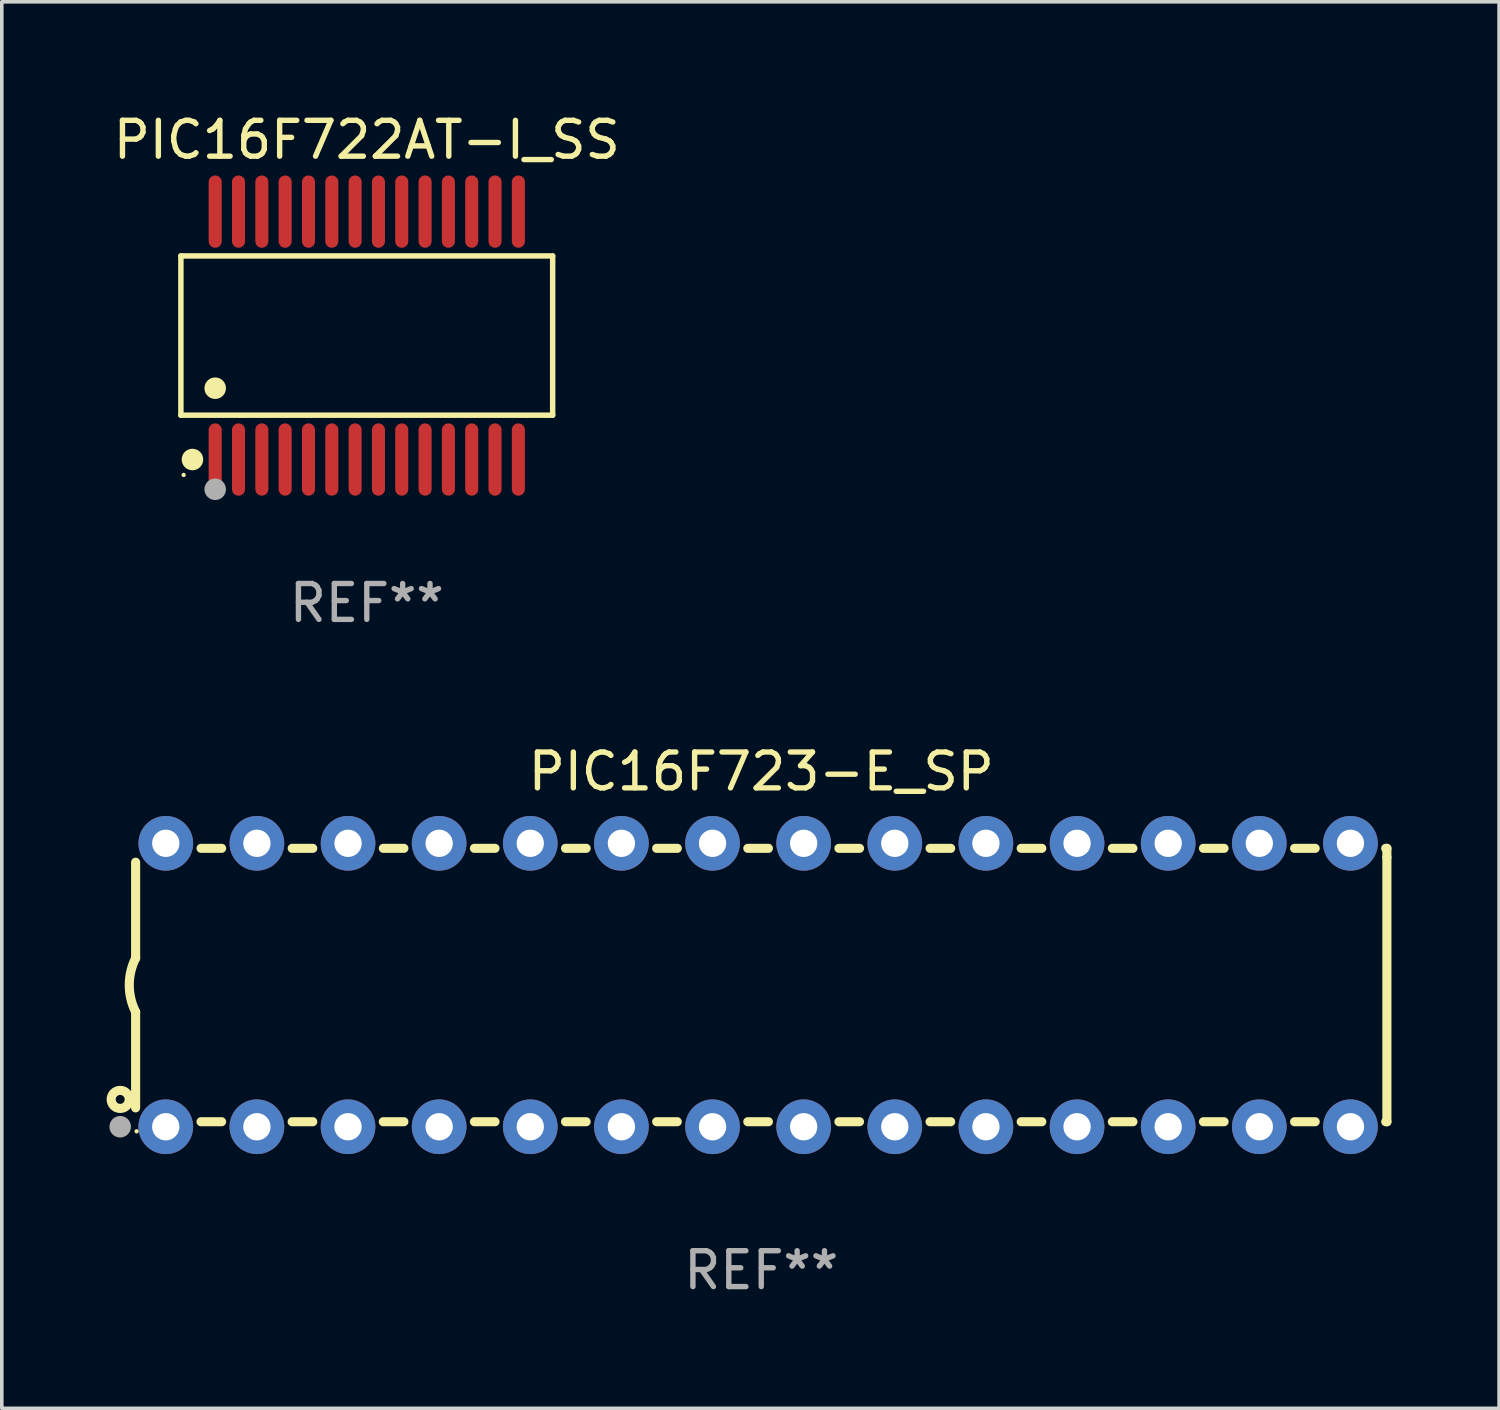
<source format=kicad_pcb>
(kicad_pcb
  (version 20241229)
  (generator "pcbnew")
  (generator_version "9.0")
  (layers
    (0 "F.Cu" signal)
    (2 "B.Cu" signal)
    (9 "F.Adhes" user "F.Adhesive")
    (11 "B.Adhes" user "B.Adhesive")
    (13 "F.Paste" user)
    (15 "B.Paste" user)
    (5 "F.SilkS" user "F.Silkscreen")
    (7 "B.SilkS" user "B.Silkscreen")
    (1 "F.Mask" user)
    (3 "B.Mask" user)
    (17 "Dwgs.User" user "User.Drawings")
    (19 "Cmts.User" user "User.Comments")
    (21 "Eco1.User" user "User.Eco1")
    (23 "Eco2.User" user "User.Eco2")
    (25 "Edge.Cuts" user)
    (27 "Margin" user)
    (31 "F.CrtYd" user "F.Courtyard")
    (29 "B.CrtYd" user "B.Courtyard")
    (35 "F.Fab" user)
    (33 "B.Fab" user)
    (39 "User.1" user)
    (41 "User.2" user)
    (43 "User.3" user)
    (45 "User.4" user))
  (footprint "PIC16F723-E_SP"
    (layer "F.Cu")
    (at 18.168 24.405)
    (property "Reference" "PIC16F723-E_SP" (at 0 -5.95 0) (layer "F.SilkS") (effects (font (size 1 1) (thickness 0.15))))
    (attr through_hole)
    (fp_line (start -17.438 0.75) (end -17.438 3.423) (stroke (width 0.254) (type solid)) (layer "F.SilkS"))
    (fp_line (start -17.438 -3.423) (end -17.438 -0.75) (stroke (width 0.254) (type solid)) (layer "F.SilkS"))
    (fp_line (start -15.615 3.81) (end -15.041 3.81) (stroke (width 0.254) (type solid)) (layer "F.SilkS"))
    (fp_line (start -15.041 -3.81) (end -15.614 -3.81) (stroke (width 0.254) (type solid)) (layer "F.SilkS"))
    (fp_line (start -13.075 3.81) (end -12.501 3.81) (stroke (width 0.254) (type solid)) (layer "F.SilkS"))
    (fp_line (start -12.501 -3.81) (end -13.074 -3.81) (stroke (width 0.254) (type solid)) (layer "F.SilkS"))
    (fp_line (start -10.535 3.81) (end -9.961 3.81) (stroke (width 0.254) (type solid)) (layer "F.SilkS"))
    (fp_line (start -9.961 -3.81) (end -10.534 -3.81) (stroke (width 0.254) (type solid)) (layer "F.SilkS"))
    (fp_line (start -7.995 3.81) (end -7.421 3.81) (stroke (width 0.254) (type solid)) (layer "F.SilkS"))
    (fp_line (start -7.421 -3.81) (end -7.995 -3.81) (stroke (width 0.254) (type solid)) (layer "F.SilkS"))
    (fp_line (start -5.455 3.81) (end -4.881 3.81) (stroke (width 0.254) (type solid)) (layer "F.SilkS"))
    (fp_line (start -4.881 -3.81) (end -5.455 -3.81) (stroke (width 0.254) (type solid)) (layer "F.SilkS"))
    (fp_line (start -2.915 3.81) (end -2.341 3.81) (stroke (width 0.254) (type solid)) (layer "F.SilkS"))
    (fp_line (start -2.341 -3.81) (end -2.915 -3.81) (stroke (width 0.254) (type solid)) (layer "F.SilkS"))
    (fp_line (start -0.375 3.81) (end 0.199 3.81) (stroke (width 0.254) (type solid)) (layer "F.SilkS"))
    (fp_line (start 0.199 -3.81) (end -0.375 -3.81) (stroke (width 0.254) (type solid)) (layer "F.SilkS"))
    (fp_line (start 2.165 3.81) (end 2.739 3.81) (stroke (width 0.254) (type solid)) (layer "F.SilkS"))
    (fp_line (start 2.739 -3.81) (end 2.165 -3.81) (stroke (width 0.254) (type solid)) (layer "F.SilkS"))
    (fp_line (start 4.705 3.81) (end 5.279 3.81) (stroke (width 0.254) (type solid)) (layer "F.SilkS"))
    (fp_line (start 5.279 -3.81) (end 4.705 -3.81) (stroke (width 0.254) (type solid)) (layer "F.SilkS"))
    (fp_line (start 7.245 3.81) (end 7.819 3.81) (stroke (width 0.254) (type solid)) (layer "F.SilkS"))
    (fp_line (start 7.819 -3.81) (end 7.245 -3.81) (stroke (width 0.254) (type solid)) (layer "F.SilkS"))
    (fp_line (start 9.785 3.81) (end 10.359 3.81) (stroke (width 0.254) (type solid)) (layer "F.SilkS"))
    (fp_line (start 10.359 -3.81) (end 9.785 -3.81) (stroke (width 0.254) (type solid)) (layer "F.SilkS"))
    (fp_line (start 12.325 3.81) (end 12.899 3.81) (stroke (width 0.254) (type solid)) (layer "F.SilkS"))
    (fp_line (start 12.899 -3.81) (end 12.325 -3.81) (stroke (width 0.254) (type solid)) (layer "F.SilkS"))
    (fp_line (start 14.865 3.81) (end 15.439 3.81) (stroke (width 0.254) (type solid)) (layer "F.SilkS"))
    (fp_line (start 15.439 -3.81) (end 14.865 -3.81) (stroke (width 0.254) (type solid)) (layer "F.SilkS"))
    (fp_line (start 17.405 3.81) (end 17.438 3.81) (stroke (width 0.254) (type solid)) (layer "F.SilkS"))
    (fp_line (start 17.438 -3.81) (end 17.405 -3.81) (stroke (width 0.254) (type solid)) (layer "F.SilkS"))
    (fp_line (start 17.438 -3.556) (end 17.438 -3.81) (stroke (width 0.254) (type solid)) (layer "F.SilkS"))
    (fp_line (start 17.438 3.81) (end 17.438 -3.556) (stroke (width 0.254) (type solid)) (layer "F.SilkS"))
    (fp_arc (start -17.437986 0.749657) (mid -17.614887 -0.000024) (end -17.437783 -0.749657) (stroke (width 0.254001) (type solid)) (layer "F.SilkS"))
    (fp_circle (center -17.868 3.188) (end -17.743 3.188) (stroke (width 0.254) (type solid)) (fill no) (layer "F.SilkS"))
    (fp_circle (center -17.411 4.077) (end -17.381 4.077) (stroke (width 0.06) (type solid)) (fill no) (layer "F.SilkS"))
    (fp_circle (center -17.868 3.95) (end -17.718 3.95) (stroke (width 0.3) (type solid)) (fill no) (layer "F.Fab"))
    (fp_text user "REF**" (at 0 7.95 0) (layer "F.Fab") (effects (font (size 1 1) (thickness 0.15))))
    (pad "1" thru_hole circle (at -16.598 3.95) (size 1.524 1.524) (drill 0.762) (layers "*.Cu" "*.Mask"))
    (pad "2" thru_hole circle (at -14.058 3.95) (size 1.524 1.524) (drill 0.762) (layers "*.Cu" "*.Mask"))
    (pad "3" thru_hole circle (at -11.518 3.95) (size 1.524 1.524) (drill 0.762) (layers "*.Cu" "*.Mask"))
    (pad "4" thru_hole circle (at -8.978 3.95) (size 1.524 1.524) (drill 0.762) (layers "*.Cu" "*.Mask"))
    (pad "5" thru_hole circle (at -6.438 3.95) (size 1.524 1.524) (drill 0.762) (layers "*.Cu" "*.Mask"))
    (pad "6" thru_hole circle (at -3.898 3.95) (size 1.524 1.524) (drill 0.762) (layers "*.Cu" "*.Mask"))
    (pad "7" thru_hole circle (at -1.358 3.95) (size 1.524 1.524) (drill 0.762) (layers "*.Cu" "*.Mask"))
    (pad "8" thru_hole circle (at 1.182 3.95) (size 1.524 1.524) (drill 0.762) (layers "*.Cu" "*.Mask"))
    (pad "9" thru_hole circle (at 3.722 3.95) (size 1.524 1.524) (drill 0.762) (layers "*.Cu" "*.Mask"))
    (pad "10" thru_hole circle (at 6.262 3.95) (size 1.524 1.524) (drill 0.762) (layers "*.Cu" "*.Mask"))
    (pad "11" thru_hole circle (at 8.802 3.95) (size 1.524 1.524) (drill 0.762) (layers "*.Cu" "*.Mask"))
    (pad "12" thru_hole circle (at 11.342 3.95) (size 1.524 1.524) (drill 0.762) (layers "*.Cu" "*.Mask"))
    (pad "13" thru_hole circle (at 13.882 3.95) (size 1.524 1.524) (drill 0.762) (layers "*.Cu" "*.Mask"))
    (pad "14" thru_hole circle (at 16.422 3.95) (size 1.524 1.524) (drill 0.762) (layers "*.Cu" "*.Mask"))
    (pad "15" thru_hole circle (at 16.422 -3.95) (size 1.524 1.524) (drill 0.762) (layers "*.Cu" "*.Mask"))
    (pad "16" thru_hole circle (at 13.882 -3.95) (size 1.524 1.524) (drill 0.762) (layers "*.Cu" "*.Mask"))
    (pad "17" thru_hole circle (at 11.342 -3.95) (size 1.524 1.524) (drill 0.762) (layers "*.Cu" "*.Mask"))
    (pad "18" thru_hole circle (at 8.802 -3.95) (size 1.524 1.524) (drill 0.762) (layers "*.Cu" "*.Mask"))
    (pad "19" thru_hole circle (at 6.262 -3.95) (size 1.524 1.524) (drill 0.762) (layers "*.Cu" "*.Mask"))
    (pad "20" thru_hole circle (at 3.722 -3.95) (size 1.524 1.524) (drill 0.762) (layers "*.Cu" "*.Mask"))
    (pad "21" thru_hole circle (at 1.182 -3.95) (size 1.524 1.524) (drill 0.762) (layers "*.Cu" "*.Mask"))
    (pad "22" thru_hole circle (at -1.358 -3.95) (size 1.524 1.524) (drill 0.762) (layers "*.Cu" "*.Mask"))
    (pad "23" thru_hole circle (at -3.898 -3.95) (size 1.524 1.524) (drill 0.762) (layers "*.Cu" "*.Mask"))
    (pad "24" thru_hole circle (at -6.438 -3.95) (size 1.524 1.524) (drill 0.762) (layers "*.Cu" "*.Mask"))
    (pad "25" thru_hole circle (at -8.978 -3.95) (size 1.524 1.524) (drill 0.762) (layers "*.Cu" "*.Mask"))
    (pad "26" thru_hole circle (at -11.517 -3.95) (size 1.524 1.524) (drill 0.762) (layers "*.Cu" "*.Mask"))
    (pad "27" thru_hole circle (at -14.057 -3.95) (size 1.524 1.524) (drill 0.762) (layers "*.Cu" "*.Mask"))
    (pad "28" thru_hole circle (at -16.597 -3.95) (size 1.524 1.524) (drill 0.762) (layers "*.Cu" "*.Mask")))
  (footprint "PIC16F722AT-I_SS"
    (layer "F.Cu")
    (at 7.173 6.303)
    (property "Reference" "PIC16F722AT-I_SS" (at 0 -5.455 0) (layer "F.SilkS") (effects (font (size 1 1) (thickness 0.15))))
    (attr through_hole)
    (fp_line (start -5.181 -2.219) (end 5.181 -2.219) (stroke (width 0.152) (type solid)) (layer "F.SilkS"))
    (fp_line (start -5.181 2.219) (end -5.181 -2.219) (stroke (width 0.152) (type solid)) (layer "F.SilkS"))
    (fp_line (start 5.181 -2.219) (end 5.181 2.219) (stroke (width 0.152) (type solid)) (layer "F.SilkS"))
    (fp_line (start 5.181 2.219) (end -5.181 2.219) (stroke (width 0.152) (type solid)) (layer "F.SilkS"))
    (fp_circle (center -5.105 3.885) (end -5.075 3.885) (stroke (width 0.06) (type solid)) (fill no) (layer "F.SilkS"))
    (fp_circle (center -4.859 3.455) (end -4.709 3.455) (stroke (width 0.3) (type solid)) (fill no) (layer "F.SilkS"))
    (fp_circle (center -4.225 1.467) (end -4.075 1.467) (stroke (width 0.3) (type solid)) (fill no) (layer "F.SilkS"))
    (fp_circle (center -4.225 4.285) (end -4.075 4.285) (stroke (width 0.3) (type solid)) (fill no) (layer "F.Fab"))
    (fp_text user "REF**" (at 0 7.455 0) (layer "F.Fab") (effects (font (size 1 1) (thickness 0.15))))
    (pad "1" smd oval (at -4.225 3.455) (size 0.364 2.015) (layers "F.Cu" "F.Mask" "F.Paste"))
    (pad "2" smd oval (at -3.575 3.455) (size 0.364 2.015) (layers "F.Cu" "F.Mask" "F.Paste"))
    (pad "3" smd oval (at -2.925 3.455) (size 0.364 2.015) (layers "F.Cu" "F.Mask" "F.Paste"))
    (pad "4" smd oval (at -2.275 3.455) (size 0.364 2.015) (layers "F.Cu" "F.Mask" "F.Paste"))
    (pad "5" smd oval (at -1.625 3.455) (size 0.364 2.015) (layers "F.Cu" "F.Mask" "F.Paste"))
    (pad "6" smd oval (at -0.975 3.455) (size 0.364 2.015) (layers "F.Cu" "F.Mask" "F.Paste"))
    (pad "7" smd oval (at -0.325 3.455) (size 0.364 2.015) (layers "F.Cu" "F.Mask" "F.Paste"))
    (pad "8" smd oval (at 0.325 3.455) (size 0.364 2.015) (layers "F.Cu" "F.Mask" "F.Paste"))
    (pad "9" smd oval (at 0.975 3.455) (size 0.364 2.015) (layers "F.Cu" "F.Mask" "F.Paste"))
    (pad "10" smd oval (at 1.625 3.455) (size 0.364 2.015) (layers "F.Cu" "F.Mask" "F.Paste"))
    (pad "11" smd oval (at 2.275 3.455) (size 0.364 2.015) (layers "F.Cu" "F.Mask" "F.Paste"))
    (pad "12" smd oval (at 2.925 3.455) (size 0.364 2.015) (layers "F.Cu" "F.Mask" "F.Paste"))
    (pad "13" smd oval (at 3.575 3.455) (size 0.364 2.015) (layers "F.Cu" "F.Mask" "F.Paste"))
    (pad "14" smd oval (at 4.225 3.455) (size 0.364 2.015) (layers "F.Cu" "F.Mask" "F.Paste"))
    (pad "15" smd oval (at 4.225 -3.455) (size 0.364 2.015) (layers "F.Cu" "F.Mask" "F.Paste"))
    (pad "16" smd oval (at 3.575 -3.455) (size 0.364 2.015) (layers "F.Cu" "F.Mask" "F.Paste"))
    (pad "17" smd oval (at 2.925 -3.455) (size 0.364 2.015) (layers "F.Cu" "F.Mask" "F.Paste"))
    (pad "18" smd oval (at 2.275 -3.455) (size 0.364 2.015) (layers "F.Cu" "F.Mask" "F.Paste"))
    (pad "19" smd oval (at 1.625 -3.455) (size 0.364 2.015) (layers "F.Cu" "F.Mask" "F.Paste"))
    (pad "20" smd oval (at 0.975 -3.455) (size 0.364 2.015) (layers "F.Cu" "F.Mask" "F.Paste"))
    (pad "21" smd oval (at 0.325 -3.455) (size 0.364 2.015) (layers "F.Cu" "F.Mask" "F.Paste"))
    (pad "22" smd oval (at -0.325 -3.455) (size 0.364 2.015) (layers "F.Cu" "F.Mask" "F.Paste"))
    (pad "23" smd oval (at -0.975 -3.455) (size 0.364 2.015) (layers "F.Cu" "F.Mask" "F.Paste"))
    (pad "24" smd oval (at -1.625 -3.455) (size 0.364 2.015) (layers "F.Cu" "F.Mask" "F.Paste"))
    (pad "25" smd oval (at -2.275 -3.455) (size 0.364 2.015) (layers "F.Cu" "F.Mask" "F.Paste"))
    (pad "26" smd oval (at -2.925 -3.455) (size 0.364 2.015) (layers "F.Cu" "F.Mask" "F.Paste"))
    (pad "27" smd oval (at -3.575 -3.455) (size 0.364 2.015) (layers "F.Cu" "F.Mask" "F.Paste"))
    (pad "28" smd oval (at -4.225 -3.455) (size 0.364 2.015) (layers "F.Cu" "F.Mask" "F.Paste")))
  (gr_rect
    (start -3 -3)
    (end 38.733 36.203)
    (stroke (width 0.1) (type default))
    (fill no)
    (layer "Edge.Cuts")))
</source>
